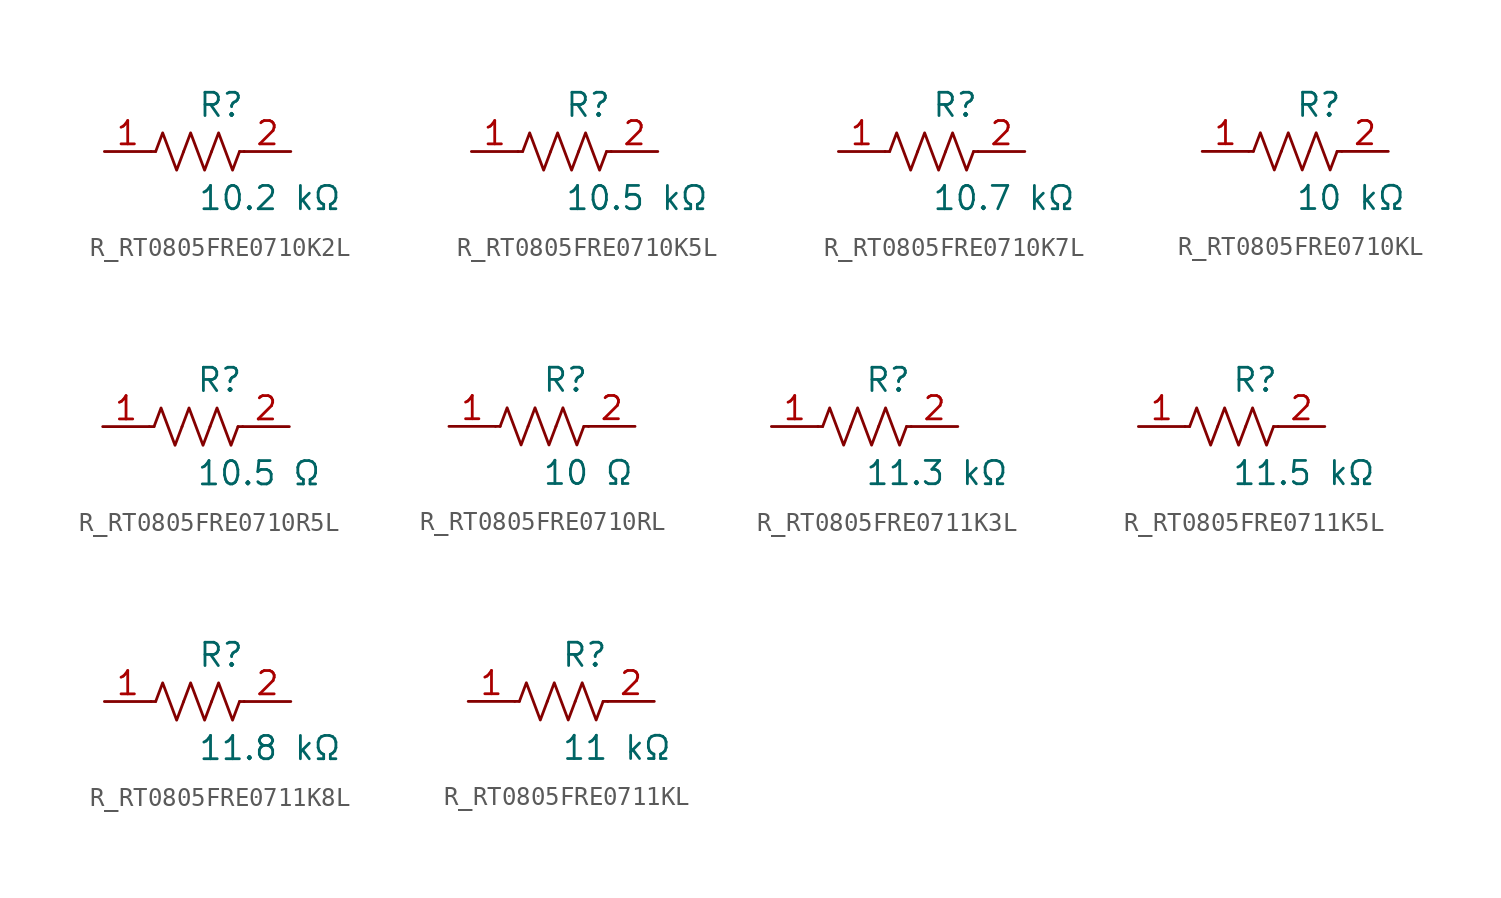
<source format=kicad_sym>
(kicad_symbol_lib
  (version 20231120)
  (generator kicad_symbol_editor)
  (generator_version 8.0)
  (symbol "R_RT0805FRE0710K2L"
    (pin_names
      (offset 0.254))
    (property "Reference" "R"
      (at 0 2.54 0)
      (effects (font (size 1.27 1.27)) (justify left)))
    (property "Value" "10.2 kΩ"
      (at 0 -2.54 0)
      (effects (font (size 1.27 1.27)) (justify left)))
    (symbol "R_RT0805FRE0710K2L_0_1"
      (polyline (pts (xy 2.286 0) (xy 2.54 0)) (stroke (width 0) (type default)) (fill (type none)))
      (polyline (pts (xy -2.286 0) (xy -2.54 0)) (stroke (width 0) (type default)) (fill (type none)))
      (polyline (pts (xy 0.762 0) (xy 1.143 1.016) (xy 1.524 0) (xy 1.905 -1.016) (xy 2.286 0)) (stroke (width 0) (type default)) (fill (type none)))
      (polyline (pts (xy -0.762 0) (xy -0.381 1.016) (xy 0 0) (xy 0.381 -1.016) (xy 0.762 0)) (stroke (width 0) (type default)) (fill (type none)))
      (polyline (pts (xy -2.286 0) (xy -1.905 1.016) (xy -1.524 0) (xy -1.143 -1.016) (xy -0.762 0)) (stroke (width 0) (type default)) (fill (type none))))
    (pin passive line
      (at -5.08 0 0)
      (length 2.54)
      (name "" (effects (font (size 1.27 1.27))))
      (number "1" (effects (font (size 1.27 1.27)))))
    (pin passive line
      (at 5.08 0 180)
      (length 2.54)
      (name "" (effects (font (size 1.27 1.27))))
      (number "2" (effects (font (size 1.27 1.27))))))
  (symbol "R_RT0805FRE0710K5L"
    (pin_names
      (offset 0.254))
    (property "Reference" "R"
      (at 0 2.54 0)
      (effects (font (size 1.27 1.27)) (justify left)))
    (property "Value" "10.5 kΩ"
      (at 0 -2.54 0)
      (effects (font (size 1.27 1.27)) (justify left)))
    (symbol "R_RT0805FRE0710K5L_0_1"
      (polyline (pts (xy 2.286 0) (xy 2.54 0)) (stroke (width 0) (type default)) (fill (type none)))
      (polyline (pts (xy -2.286 0) (xy -2.54 0)) (stroke (width 0) (type default)) (fill (type none)))
      (polyline (pts (xy 0.762 0) (xy 1.143 1.016) (xy 1.524 0) (xy 1.905 -1.016) (xy 2.286 0)) (stroke (width 0) (type default)) (fill (type none)))
      (polyline (pts (xy -0.762 0) (xy -0.381 1.016) (xy 0 0) (xy 0.381 -1.016) (xy 0.762 0)) (stroke (width 0) (type default)) (fill (type none)))
      (polyline (pts (xy -2.286 0) (xy -1.905 1.016) (xy -1.524 0) (xy -1.143 -1.016) (xy -0.762 0)) (stroke (width 0) (type default)) (fill (type none))))
    (pin passive line
      (at -5.08 0 0)
      (length 2.54)
      (name "" (effects (font (size 1.27 1.27))))
      (number "1" (effects (font (size 1.27 1.27)))))
    (pin passive line
      (at 5.08 0 180)
      (length 2.54)
      (name "" (effects (font (size 1.27 1.27))))
      (number "2" (effects (font (size 1.27 1.27))))))
  (symbol "R_RT0805FRE0710K7L"
    (pin_names
      (offset 0.254))
    (property "Reference" "R"
      (at 0 2.54 0)
      (effects (font (size 1.27 1.27)) (justify left)))
    (property "Value" "10.7 kΩ"
      (at 0 -2.54 0)
      (effects (font (size 1.27 1.27)) (justify left)))
    (symbol "R_RT0805FRE0710K7L_0_1"
      (polyline (pts (xy 2.286 0) (xy 2.54 0)) (stroke (width 0) (type default)) (fill (type none)))
      (polyline (pts (xy -2.286 0) (xy -2.54 0)) (stroke (width 0) (type default)) (fill (type none)))
      (polyline (pts (xy 0.762 0) (xy 1.143 1.016) (xy 1.524 0) (xy 1.905 -1.016) (xy 2.286 0)) (stroke (width 0) (type default)) (fill (type none)))
      (polyline (pts (xy -0.762 0) (xy -0.381 1.016) (xy 0 0) (xy 0.381 -1.016) (xy 0.762 0)) (stroke (width 0) (type default)) (fill (type none)))
      (polyline (pts (xy -2.286 0) (xy -1.905 1.016) (xy -1.524 0) (xy -1.143 -1.016) (xy -0.762 0)) (stroke (width 0) (type default)) (fill (type none))))
    (pin passive line
      (at -5.08 0 0)
      (length 2.54)
      (name "" (effects (font (size 1.27 1.27))))
      (number "1" (effects (font (size 1.27 1.27)))))
    (pin passive line
      (at 5.08 0 180)
      (length 2.54)
      (name "" (effects (font (size 1.27 1.27))))
      (number "2" (effects (font (size 1.27 1.27))))))
  (symbol "R_RT0805FRE0710KL"
    (pin_names
      (offset 0.254))
    (property "Reference" "R"
      (at 0 2.54 0)
      (effects (font (size 1.27 1.27)) (justify left)))
    (property "Value" "10 kΩ"
      (at 0 -2.54 0)
      (effects (font (size 1.27 1.27)) (justify left)))
    (symbol "R_RT0805FRE0710KL_0_1"
      (polyline (pts (xy 2.286 0) (xy 2.54 0)) (stroke (width 0) (type default)) (fill (type none)))
      (polyline (pts (xy -2.286 0) (xy -2.54 0)) (stroke (width 0) (type default)) (fill (type none)))
      (polyline (pts (xy 0.762 0) (xy 1.143 1.016) (xy 1.524 0) (xy 1.905 -1.016) (xy 2.286 0)) (stroke (width 0) (type default)) (fill (type none)))
      (polyline (pts (xy -0.762 0) (xy -0.381 1.016) (xy 0 0) (xy 0.381 -1.016) (xy 0.762 0)) (stroke (width 0) (type default)) (fill (type none)))
      (polyline (pts (xy -2.286 0) (xy -1.905 1.016) (xy -1.524 0) (xy -1.143 -1.016) (xy -0.762 0)) (stroke (width 0) (type default)) (fill (type none))))
    (pin passive line
      (at -5.08 0 0)
      (length 2.54)
      (name "" (effects (font (size 1.27 1.27))))
      (number "1" (effects (font (size 1.27 1.27)))))
    (pin passive line
      (at 5.08 0 180)
      (length 2.54)
      (name "" (effects (font (size 1.27 1.27))))
      (number "2" (effects (font (size 1.27 1.27))))))
  (symbol "R_RT0805FRE0710R5L"
    (pin_names
      (offset 0.254))
    (property "Reference" "R"
      (at 0 2.54 0)
      (effects (font (size 1.27 1.27)) (justify left)))
    (property "Value" "10.5 Ω"
      (at 0 -2.54 0)
      (effects (font (size 1.27 1.27)) (justify left)))
    (symbol "R_RT0805FRE0710R5L_0_1"
      (polyline (pts (xy 2.286 0) (xy 2.54 0)) (stroke (width 0) (type default)) (fill (type none)))
      (polyline (pts (xy -2.286 0) (xy -2.54 0)) (stroke (width 0) (type default)) (fill (type none)))
      (polyline (pts (xy 0.762 0) (xy 1.143 1.016) (xy 1.524 0) (xy 1.905 -1.016) (xy 2.286 0)) (stroke (width 0) (type default)) (fill (type none)))
      (polyline (pts (xy -0.762 0) (xy -0.381 1.016) (xy 0 0) (xy 0.381 -1.016) (xy 0.762 0)) (stroke (width 0) (type default)) (fill (type none)))
      (polyline (pts (xy -2.286 0) (xy -1.905 1.016) (xy -1.524 0) (xy -1.143 -1.016) (xy -0.762 0)) (stroke (width 0) (type default)) (fill (type none))))
    (pin passive line
      (at -5.08 0 0)
      (length 2.54)
      (name "" (effects (font (size 1.27 1.27))))
      (number "1" (effects (font (size 1.27 1.27)))))
    (pin passive line
      (at 5.08 0 180)
      (length 2.54)
      (name "" (effects (font (size 1.27 1.27))))
      (number "2" (effects (font (size 1.27 1.27))))))
  (symbol "R_RT0805FRE0710RL"
    (pin_names
      (offset 0.254))
    (property "Reference" "R"
      (at 0 2.54 0)
      (effects (font (size 1.27 1.27)) (justify left)))
    (property "Value" "10 Ω"
      (at 0 -2.54 0)
      (effects (font (size 1.27 1.27)) (justify left)))
    (symbol "R_RT0805FRE0710RL_0_1"
      (polyline (pts (xy 2.286 0) (xy 2.54 0)) (stroke (width 0) (type default)) (fill (type none)))
      (polyline (pts (xy -2.286 0) (xy -2.54 0)) (stroke (width 0) (type default)) (fill (type none)))
      (polyline (pts (xy 0.762 0) (xy 1.143 1.016) (xy 1.524 0) (xy 1.905 -1.016) (xy 2.286 0)) (stroke (width 0) (type default)) (fill (type none)))
      (polyline (pts (xy -0.762 0) (xy -0.381 1.016) (xy 0 0) (xy 0.381 -1.016) (xy 0.762 0)) (stroke (width 0) (type default)) (fill (type none)))
      (polyline (pts (xy -2.286 0) (xy -1.905 1.016) (xy -1.524 0) (xy -1.143 -1.016) (xy -0.762 0)) (stroke (width 0) (type default)) (fill (type none))))
    (pin passive line
      (at -5.08 0 0)
      (length 2.54)
      (name "" (effects (font (size 1.27 1.27))))
      (number "1" (effects (font (size 1.27 1.27)))))
    (pin passive line
      (at 5.08 0 180)
      (length 2.54)
      (name "" (effects (font (size 1.27 1.27))))
      (number "2" (effects (font (size 1.27 1.27))))))
  (symbol "R_RT0805FRE0711K3L"
    (pin_names
      (offset 0.254))
    (property "Reference" "R"
      (at 0 2.54 0)
      (effects (font (size 1.27 1.27)) (justify left)))
    (property "Value" "11.3 kΩ"
      (at 0 -2.54 0)
      (effects (font (size 1.27 1.27)) (justify left)))
    (symbol "R_RT0805FRE0711K3L_0_1"
      (polyline (pts (xy 2.286 0) (xy 2.54 0)) (stroke (width 0) (type default)) (fill (type none)))
      (polyline (pts (xy -2.286 0) (xy -2.54 0)) (stroke (width 0) (type default)) (fill (type none)))
      (polyline (pts (xy 0.762 0) (xy 1.143 1.016) (xy 1.524 0) (xy 1.905 -1.016) (xy 2.286 0)) (stroke (width 0) (type default)) (fill (type none)))
      (polyline (pts (xy -0.762 0) (xy -0.381 1.016) (xy 0 0) (xy 0.381 -1.016) (xy 0.762 0)) (stroke (width 0) (type default)) (fill (type none)))
      (polyline (pts (xy -2.286 0) (xy -1.905 1.016) (xy -1.524 0) (xy -1.143 -1.016) (xy -0.762 0)) (stroke (width 0) (type default)) (fill (type none))))
    (pin passive line
      (at -5.08 0 0)
      (length 2.54)
      (name "" (effects (font (size 1.27 1.27))))
      (number "1" (effects (font (size 1.27 1.27)))))
    (pin passive line
      (at 5.08 0 180)
      (length 2.54)
      (name "" (effects (font (size 1.27 1.27))))
      (number "2" (effects (font (size 1.27 1.27))))))
  (symbol "R_RT0805FRE0711K5L"
    (pin_names
      (offset 0.254))
    (property "Reference" "R"
      (at 0 2.54 0)
      (effects (font (size 1.27 1.27)) (justify left)))
    (property "Value" "11.5 kΩ"
      (at 0 -2.54 0)
      (effects (font (size 1.27 1.27)) (justify left)))
    (symbol "R_RT0805FRE0711K5L_0_1"
      (polyline (pts (xy 2.286 0) (xy 2.54 0)) (stroke (width 0) (type default)) (fill (type none)))
      (polyline (pts (xy -2.286 0) (xy -2.54 0)) (stroke (width 0) (type default)) (fill (type none)))
      (polyline (pts (xy 0.762 0) (xy 1.143 1.016) (xy 1.524 0) (xy 1.905 -1.016) (xy 2.286 0)) (stroke (width 0) (type default)) (fill (type none)))
      (polyline (pts (xy -0.762 0) (xy -0.381 1.016) (xy 0 0) (xy 0.381 -1.016) (xy 0.762 0)) (stroke (width 0) (type default)) (fill (type none)))
      (polyline (pts (xy -2.286 0) (xy -1.905 1.016) (xy -1.524 0) (xy -1.143 -1.016) (xy -0.762 0)) (stroke (width 0) (type default)) (fill (type none))))
    (pin passive line
      (at -5.08 0 0)
      (length 2.54)
      (name "" (effects (font (size 1.27 1.27))))
      (number "1" (effects (font (size 1.27 1.27)))))
    (pin passive line
      (at 5.08 0 180)
      (length 2.54)
      (name "" (effects (font (size 1.27 1.27))))
      (number "2" (effects (font (size 1.27 1.27))))))
  (symbol "R_RT0805FRE0711K8L"
    (pin_names
      (offset 0.254))
    (property "Reference" "R"
      (at 0 2.54 0)
      (effects (font (size 1.27 1.27)) (justify left)))
    (property "Value" "11.8 kΩ"
      (at 0 -2.54 0)
      (effects (font (size 1.27 1.27)) (justify left)))
    (symbol "R_RT0805FRE0711K8L_0_1"
      (polyline (pts (xy 2.286 0) (xy 2.54 0)) (stroke (width 0) (type default)) (fill (type none)))
      (polyline (pts (xy -2.286 0) (xy -2.54 0)) (stroke (width 0) (type default)) (fill (type none)))
      (polyline (pts (xy 0.762 0) (xy 1.143 1.016) (xy 1.524 0) (xy 1.905 -1.016) (xy 2.286 0)) (stroke (width 0) (type default)) (fill (type none)))
      (polyline (pts (xy -0.762 0) (xy -0.381 1.016) (xy 0 0) (xy 0.381 -1.016) (xy 0.762 0)) (stroke (width 0) (type default)) (fill (type none)))
      (polyline (pts (xy -2.286 0) (xy -1.905 1.016) (xy -1.524 0) (xy -1.143 -1.016) (xy -0.762 0)) (stroke (width 0) (type default)) (fill (type none))))
    (pin passive line
      (at -5.08 0 0)
      (length 2.54)
      (name "" (effects (font (size 1.27 1.27))))
      (number "1" (effects (font (size 1.27 1.27)))))
    (pin passive line
      (at 5.08 0 180)
      (length 2.54)
      (name "" (effects (font (size 1.27 1.27))))
      (number "2" (effects (font (size 1.27 1.27))))))
  (symbol "R_RT0805FRE0711KL"
    (pin_names
      (offset 0.254))
    (property "Reference" "R"
      (at 0 2.54 0)
      (effects (font (size 1.27 1.27)) (justify left)))
    (property "Value" "11 kΩ"
      (at 0 -2.54 0)
      (effects (font (size 1.27 1.27)) (justify left)))
    (symbol "R_RT0805FRE0711KL_0_1"
      (polyline (pts (xy 2.286 0) (xy 2.54 0)) (stroke (width 0) (type default)) (fill (type none)))
      (polyline (pts (xy -2.286 0) (xy -2.54 0)) (stroke (width 0) (type default)) (fill (type none)))
      (polyline (pts (xy 0.762 0) (xy 1.143 1.016) (xy 1.524 0) (xy 1.905 -1.016) (xy 2.286 0)) (stroke (width 0) (type default)) (fill (type none)))
      (polyline (pts (xy -0.762 0) (xy -0.381 1.016) (xy 0 0) (xy 0.381 -1.016) (xy 0.762 0)) (stroke (width 0) (type default)) (fill (type none)))
      (polyline (pts (xy -2.286 0) (xy -1.905 1.016) (xy -1.524 0) (xy -1.143 -1.016) (xy -0.762 0)) (stroke (width 0) (type default)) (fill (type none))))
    (pin passive line
      (at -5.08 0 0)
      (length 2.54)
      (name "" (effects (font (size 1.27 1.27))))
      (number "1" (effects (font (size 1.27 1.27)))))
    (pin passive line
      (at 5.08 0 180)
      (length 2.54)
      (name "" (effects (font (size 1.27 1.27))))
      (number "2" (effects (font (size 1.27 1.27)))))))
</source>
